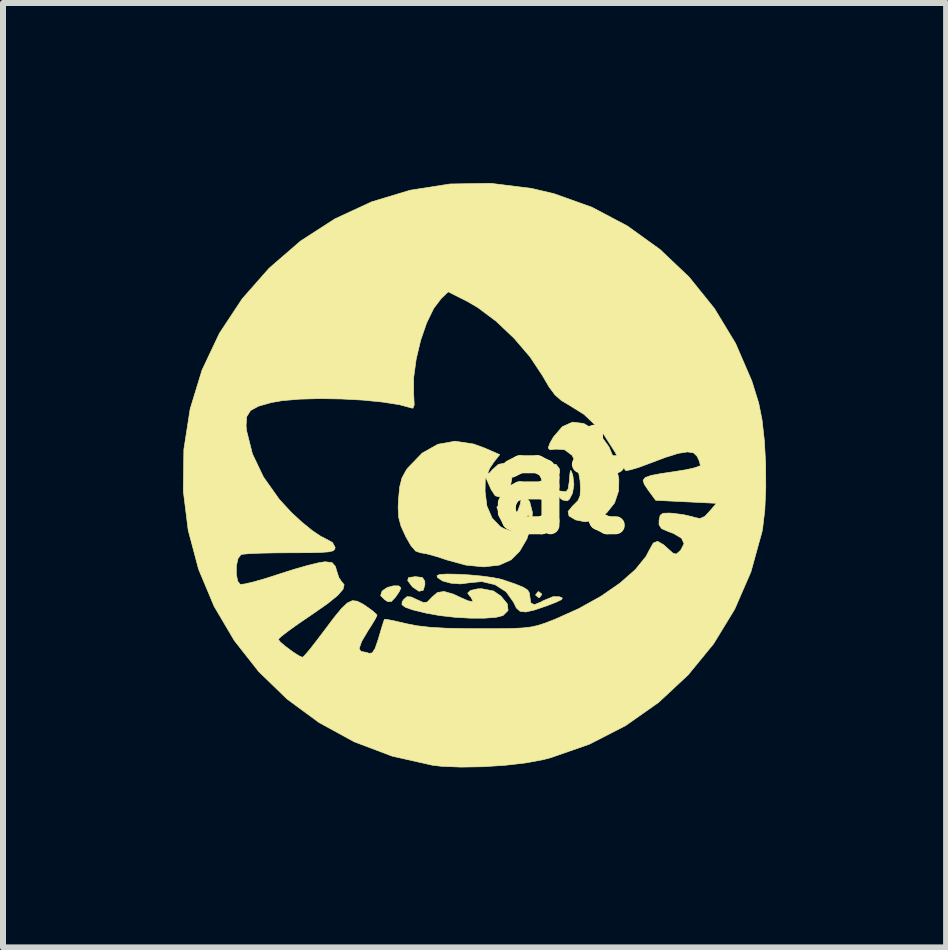
<source format=kicad_pcb>
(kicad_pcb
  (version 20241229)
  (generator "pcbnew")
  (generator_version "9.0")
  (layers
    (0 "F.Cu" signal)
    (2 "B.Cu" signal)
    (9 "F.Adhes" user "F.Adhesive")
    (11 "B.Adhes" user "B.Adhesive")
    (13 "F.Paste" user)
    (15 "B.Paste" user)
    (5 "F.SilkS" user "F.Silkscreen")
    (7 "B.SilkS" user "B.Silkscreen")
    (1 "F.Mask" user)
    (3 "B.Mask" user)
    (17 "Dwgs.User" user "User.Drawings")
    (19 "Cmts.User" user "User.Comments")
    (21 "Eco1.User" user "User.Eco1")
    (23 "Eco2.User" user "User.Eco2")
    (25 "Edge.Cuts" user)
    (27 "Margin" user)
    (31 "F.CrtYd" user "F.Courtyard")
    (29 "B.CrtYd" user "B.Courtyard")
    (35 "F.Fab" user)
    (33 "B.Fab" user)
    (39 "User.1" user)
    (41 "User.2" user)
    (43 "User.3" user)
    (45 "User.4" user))
  (footprint "cat"
    (layer "F.Cu")
    (at 5.579 5.014)
    (property "Reference" "cat" (at 0 0 0) (layer "F.SilkS") (effects (font (size 1.524 1.524) (thickness 0.3))))
    (attr through_hole)
    (fp_poly (pts (xy 0.398 1.834) (xy 0.399 1.846) (xy 0.361 1.895) (xy 0.349 1.896) (xy 0.301 1.858) (xy 0.299 1.846) (xy 0.337 1.798) (xy 0.349 1.796) (xy 0.398 1.834)) (stroke (width 0.01) (type solid)) (fill yes) (layer "F.SilkS"))
    (fp_poly (pts (xy 0.694 -0.25) (xy 0.699 -0.2) (xy 0.673 -0.097) (xy 0.595 -0.081) (xy 0.535 -0.106) (xy 0.46 -0.185) (xy 0.465 -0.27) (xy 0.528 -0.319) (xy 0.638 -0.326) (xy 0.694 -0.25)) (stroke (width 0.01) (type solid)) (fill yes) (layer "F.SilkS"))
    (fp_poly (pts (xy -1.59 1.56) (xy -1.551 1.617) (xy -1.547 1.672) (xy -1.574 1.772) (xy -1.646 1.79) (xy -1.747 1.723) (xy -1.764 1.705) (xy -1.835 1.61) (xy -1.821 1.562) (xy -1.717 1.547) (xy -1.697 1.547) (xy -1.59 1.56)) (stroke (width 0.01) (type solid)) (fill yes) (layer "F.SilkS"))
    (fp_poly (pts (xy -1.983 1.7) (xy -1.947 1.734) (xy -1.976 1.797) (xy -2.036 1.885) (xy -2.107 1.961) (xy -2.169 1.961) (xy -2.22 1.928) (xy -2.285 1.863) (xy -2.268 1.8) (xy -2.25 1.777) (xy -2.174 1.726) (xy -2.071 1.699) (xy -1.983 1.7)) (stroke (width 0.01) (type solid)) (fill yes) (layer "F.SilkS"))
    (fp_poly (pts (xy 0.904 -0.181) (xy 0.919 -0.13) (xy 0.935 0.013) (xy 0.912 0.156) (xy 0.858 0.259) (xy 0.822 0.283) (xy 0.746 0.268) (xy 0.709 0.24) (xy 0.653 0.157) (xy 0.675 0.116) (xy 0.746 0.124) (xy 0.807 0.13) (xy 0.84 0.083) (xy 0.858 -0.039) (xy 0.859 -0.06) (xy 0.871 -0.188) (xy 0.883 -0.226) (xy 0.904 -0.181)) (stroke (width 0.01) (type solid)) (fill yes) (layer "F.SilkS"))
    (fp_poly (pts (xy 1.098 -1.007) (xy 1.296 -0.89) (xy 1.374 -0.818) (xy 1.521 -0.614) (xy 1.629 -0.354) (xy 1.684 -0.08) (xy 1.681 0.115) (xy 1.613 0.318) (xy 1.482 0.482) (xy 1.311 0.592) (xy 1.122 0.632) (xy 0.966 0.601) (xy 0.854 0.535) (xy 0.838 0.461) (xy 0.916 0.365) (xy 0.931 0.352) (xy 1.003 0.279) (xy 1.038 0.199) (xy 1.045 0.08) (xy 1.038 -0.054) (xy 0.994 -0.301) (xy 0.905 -0.476) (xy 0.779 -0.57) (xy 0.636 -0.579) (xy 0.538 -0.568) (xy 0.507 -0.598) (xy 0.538 -0.683) (xy 0.596 -0.783) (xy 0.743 -0.954) (xy 0.912 -1.029) (xy 1.098 -1.007)) (stroke (width 0.01) (type solid)) (fill yes) (layer "F.SilkS"))
    (fp_poly (pts (xy -0.405 1.785) (xy -0.282 1.869) (xy -0.173 2.002) (xy -0.162 2.11) (xy -0.246 2.194) (xy -0.363 2.224) (xy -0.553 2.238) (xy -0.79 2.238) (xy -1.049 2.223) (xy -1.305 2.194) (xy -1.531 2.153) (xy -1.745 2.101) (xy -1.873 2.057) (xy -1.93 2.014) (xy -1.927 1.965) (xy -1.898 1.924) (xy -1.845 1.879) (xy -1.776 1.885) (xy -1.682 1.929) (xy -1.574 1.977) (xy -1.509 1.97) (xy -1.44 1.9) (xy -1.432 1.89) (xy -1.341 1.811) (xy -1.23 1.793) (xy -1.078 1.836) (xy -0.936 1.902) (xy -0.822 1.951) (xy -0.756 1.96) (xy -0.749 1.95) (xy -0.785 1.882) (xy -0.799 1.871) (xy -0.835 1.82) (xy -0.788 1.776) (xy -0.673 1.75) (xy -0.603 1.747) (xy -0.405 1.785)) (stroke (width 0.01) (type solid)) (fill yes) (layer "F.SilkS"))
    (fp_poly (pts (xy -1.009 1.506) (xy -0.808 1.517) (xy -0.603 1.536) (xy -0.418 1.561) (xy -0.276 1.59) (xy -0.25 1.598) (xy -0.039 1.67) (xy 0.094 1.724) (xy 0.166 1.771) (xy 0.195 1.822) (xy 0.2 1.869) (xy 0.216 1.982) (xy 0.274 2.014) (xy 0.386 1.969) (xy 0.422 1.948) (xy 0.587 1.88) (xy 0.695 1.881) (xy 0.743 1.902) (xy 0.726 1.93) (xy 0.634 1.974) (xy 0.493 2.028) (xy 0.277 2.102) (xy 0.133 2.135) (xy 0.04 2.125) (xy -0.023 2.069) (xy -0.072 1.969) (xy -0.194 1.798) (xy -0.379 1.68) (xy -0.598 1.628) (xy -0.8 1.647) (xy -0.954 1.667) (xy -1.114 1.655) (xy -1.252 1.618) (xy -1.335 1.563) (xy -1.347 1.53) (xy -1.302 1.51) (xy -1.181 1.503) (xy -1.009 1.506)) (stroke (width 0.01) (type solid)) (fill yes) (layer "F.SilkS"))
    (fp_poly (pts (xy -0.735 -0.664) (xy -0.562 -0.601) (xy -0.301 -0.488) (xy -0.4 -0.362) (xy -0.469 -0.258) (xy -0.499 -0.183) (xy -0.499 -0.182) (xy -0.476 -0.176) (xy -0.421 -0.238) (xy -0.324 -0.325) (xy -0.22 -0.345) (xy -0.141 -0.293) (xy -0.13 -0.27) (xy -0.098 -0.094) (xy -0.129 0.067) (xy -0.208 0.17) (xy -0.304 0.219) (xy -0.376 0.198) (xy -0.443 0.096) (xy -0.471 0.034) (xy -0.541 -0.125) (xy -0.545 0.125) (xy -0.515 0.369) (xy -0.426 0.573) (xy -0.289 0.715) (xy -0.221 0.75) (xy -0.089 0.791) (xy -0.002 0.781) (xy 0.085 0.713) (xy 0.1 0.699) (xy 0.172 0.609) (xy 0.199 0.543) (xy 0.179 0.521) (xy 0.11 0.564) (xy 0.108 0.566) (xy -0.032 0.64) (xy -0.171 0.624) (xy -0.272 0.538) (xy -0.329 0.442) (xy -0.349 0.388) (xy -0.316 0.35) (xy -0.234 0.369) (xy -0.138 0.435) (xy -0.063 0.49) (xy -0.016 0.473) (xy 0.002 0.447) (xy 0.044 0.332) (xy 0.049 0.287) (xy 0.074 0.211) (xy 0.132 0.215) (xy 0.198 0.296) (xy 0.244 0.476) (xy 0.225 0.694) (xy 0.151 0.919) (xy 0.031 1.123) (xy -0.112 1.266) (xy -0.309 1.354) (xy -0.567 1.383) (xy -0.865 1.354) (xy -1.17 1.271) (xy -1.356 1.21) (xy -1.517 1.166) (xy -1.62 1.148) (xy -1.623 1.148) (xy -1.702 1.12) (xy -1.783 1.026) (xy -1.869 0.874) (xy -1.946 0.705) (xy -1.984 0.562) (xy -1.994 0.396) (xy -1.988 0.257) (xy -1.968 0.049) (xy -1.93 -0.099) (xy -1.862 -0.224) (xy -1.829 -0.269) (xy -1.593 -0.513) (xy -1.332 -0.66) (xy -1.045 -0.711) (xy -0.735 -0.664)) (stroke (width 0.01) (type solid)) (fill yes) (layer "F.SilkS"))
    (fp_poly (pts (xy 0.23 -4.924) (xy 0.604 -4.836) (xy 1.236 -4.61) (xy 1.827 -4.298) (xy 2.37 -3.907) (xy 2.856 -3.446) (xy 3.278 -2.922) (xy 3.629 -2.343) (xy 3.9 -1.716) (xy 4.015 -1.347) (xy 4.071 -1.065) (xy 4.11 -0.714) (xy 4.131 -0.327) (xy 4.133 0.066) (xy 4.117 0.434) (xy 4.08 0.746) (xy 4.069 0.803) (xy 3.885 1.468) (xy 3.614 2.091) (xy 3.263 2.666) (xy 2.838 3.185) (xy 2.347 3.642) (xy 1.797 4.029) (xy 1.193 4.339) (xy 0.544 4.565) (xy 0.424 4.596) (xy 0.135 4.65) (xy -0.213 4.69) (xy -0.585 4.714) (xy -0.947 4.72) (xy -1.267 4.707) (xy -1.422 4.689) (xy -2.095 4.537) (xy -2.727 4.298) (xy -3.312 3.978) (xy -3.845 3.586) (xy -4.318 3.128) (xy -4.725 2.61) (xy -5.061 2.04) (xy -5.286 1.503) (xy -4.691 1.503) (xy -4.668 1.621) (xy -4.626 1.675) (xy -4.556 1.669) (xy -4.412 1.636) (xy -4.215 1.58) (xy -3.985 1.506) (xy -3.964 1.499) (xy -3.721 1.422) (xy -3.498 1.358) (xy -3.32 1.315) (xy -3.211 1.298) (xy -3.21 1.298) (xy -3.095 1.312) (xy -3.039 1.376) (xy -3.019 1.447) (xy -2.982 1.561) (xy -2.94 1.624) (xy -2.894 1.68) (xy -2.912 1.756) (xy -3.002 1.859) (xy -3.168 1.994) (xy -3.417 2.168) (xy -3.445 2.187) (xy -3.648 2.325) (xy -3.817 2.446) (xy -3.936 2.537) (xy -3.99 2.588) (xy -3.992 2.592) (xy -3.955 2.638) (xy -3.865 2.714) (xy -3.752 2.797) (xy -3.649 2.864) (xy -3.588 2.891) (xy -3.548 2.855) (xy -3.462 2.754) (xy -3.346 2.605) (xy -3.24 2.465) (xy -3.067 2.235) (xy -2.938 2.077) (xy -2.839 1.984) (xy -2.756 1.946) (xy -2.675 1.955) (xy -2.584 2.002) (xy -2.539 2.031) (xy -2.424 2.113) (xy -2.355 2.174) (xy -2.346 2.19) (xy -2.371 2.245) (xy -2.437 2.355) (xy -2.495 2.445) (xy -2.603 2.627) (xy -2.643 2.744) (xy -2.614 2.793) (xy -2.599 2.794) (xy -2.515 2.811) (xy -2.477 2.824) (xy -2.426 2.817) (xy -2.378 2.744) (xy -2.325 2.589) (xy -2.317 2.562) (xy -2.271 2.406) (xy -2.236 2.295) (xy -2.222 2.257) (xy -2.172 2.261) (xy -2.05 2.285) (xy -1.882 2.324) (xy -1.866 2.328) (xy -1.685 2.364) (xy -1.47 2.389) (xy -1.202 2.405) (xy -0.862 2.412) (xy -0.649 2.413) (xy -0.332 2.413) (xy -0.096 2.41) (xy 0.081 2.401) (xy 0.219 2.385) (xy 0.337 2.359) (xy 0.456 2.32) (xy 0.596 2.266) (xy 0.613 2.26) (xy 1.018 2.078) (xy 1.386 1.873) (xy 1.704 1.653) (xy 1.958 1.43) (xy 2.135 1.212) (xy 2.194 1.101) (xy 2.258 0.986) (xy 2.33 0.957) (xy 2.429 1.014) (xy 2.496 1.074) (xy 2.585 1.154) (xy 2.64 1.17) (xy 2.696 1.124) (xy 2.718 1.1) (xy 2.771 0.996) (xy 2.729 0.905) (xy 2.591 0.824) (xy 2.513 0.796) (xy 2.397 0.746) (xy 2.354 0.681) (xy 2.355 0.606) (xy 2.373 0.525) (xy 2.42 0.49) (xy 2.525 0.486) (xy 2.59 0.491) (xy 2.76 0.513) (xy 2.91 0.547) (xy 2.939 0.557) (xy 3.036 0.578) (xy 3.115 0.543) (xy 3.189 0.465) (xy 3.311 0.324) (xy 2.805 0.299) (xy 2.299 0.274) (xy 2.173 0.103) (xy 2.109 0.008) (xy 2.088 -0.059) (xy 2.124 -0.106) (xy 2.226 -0.142) (xy 2.407 -0.175) (xy 2.606 -0.204) (xy 2.8 -0.235) (xy 2.951 -0.269) (xy 3.034 -0.299) (xy 3.044 -0.31) (xy 3.022 -0.387) (xy 2.99 -0.457) (xy 2.931 -0.516) (xy 2.83 -0.533) (xy 2.675 -0.509) (xy 2.455 -0.44) (xy 2.204 -0.345) (xy 2.027 -0.279) (xy 1.886 -0.236) (xy 1.806 -0.221) (xy 1.798 -0.223) (xy 1.757 -0.278) (xy 1.69 -0.396) (xy 1.623 -0.527) (xy 1.398 -0.878) (xy 1.104 -1.158) (xy 0.867 -1.306) (xy 0.727 -1.389) (xy 0.62 -1.483) (xy 0.522 -1.615) (xy 0.411 -1.805) (xy 0.205 -2.116) (xy -0.061 -2.426) (xy -0.36 -2.71) (xy -0.668 -2.94) (xy -0.841 -3.041) (xy -1.159 -3.201) (xy -1.273 -3.093) (xy -1.401 -2.925) (xy -1.519 -2.682) (xy -1.619 -2.392) (xy -1.693 -2.08) (xy -1.735 -1.772) (xy -1.736 -1.495) (xy -1.733 -1.459) (xy -1.726 -1.317) (xy -1.747 -1.262) (xy -1.766 -1.264) (xy -1.97 -1.319) (xy -2.249 -1.363) (xy -2.579 -1.396) (xy -2.936 -1.415) (xy -3.296 -1.421) (xy -3.634 -1.412) (xy -3.927 -1.387) (xy -4.104 -1.356) (xy -4.321 -1.295) (xy -4.454 -1.222) (xy -4.518 -1.119) (xy -4.528 -0.969) (xy -4.518 -0.88) (xy -4.422 -0.499) (xy -4.238 -0.114) (xy -3.976 0.256) (xy -3.774 0.475) (xy -3.599 0.637) (xy -3.428 0.776) (xy -3.285 0.873) (xy -3.225 0.903) (xy -3.089 0.976) (xy -3.044 1.058) (xy -3.051 1.093) (xy -3.083 1.117) (xy -3.154 1.133) (xy -3.279 1.142) (xy -3.473 1.147) (xy -3.75 1.148) (xy -3.788 1.148) (xy -4.056 1.15) (xy -4.292 1.155) (xy -4.477 1.163) (xy -4.59 1.173) (xy -4.612 1.178) (xy -4.662 1.243) (xy -4.689 1.364) (xy -4.691 1.503) (xy -5.286 1.503) (xy -5.319 1.425) (xy -5.493 0.771) (xy -5.574 0.12) (xy -5.565 -0.575) (xy -5.46 -1.25) (xy -5.262 -1.897) (xy -4.972 -2.51) (xy -4.593 -3.084) (xy -4.144 -3.594) (xy -3.621 -4.047) (xy -3.049 -4.416) (xy -2.437 -4.7) (xy -1.794 -4.894) (xy -1.129 -4.998) (xy -0.452 -5.009) (xy 0.23 -4.924)) (stroke (width 0.01) (type solid)) (fill yes) (layer "F.SilkS")))
  (gr_rect
    (start -3 -3)
    (end 12.717 12.739)
    (stroke (width 0.1) (type default))
    (fill no)
    (layer "Edge.Cuts")))
</source>
